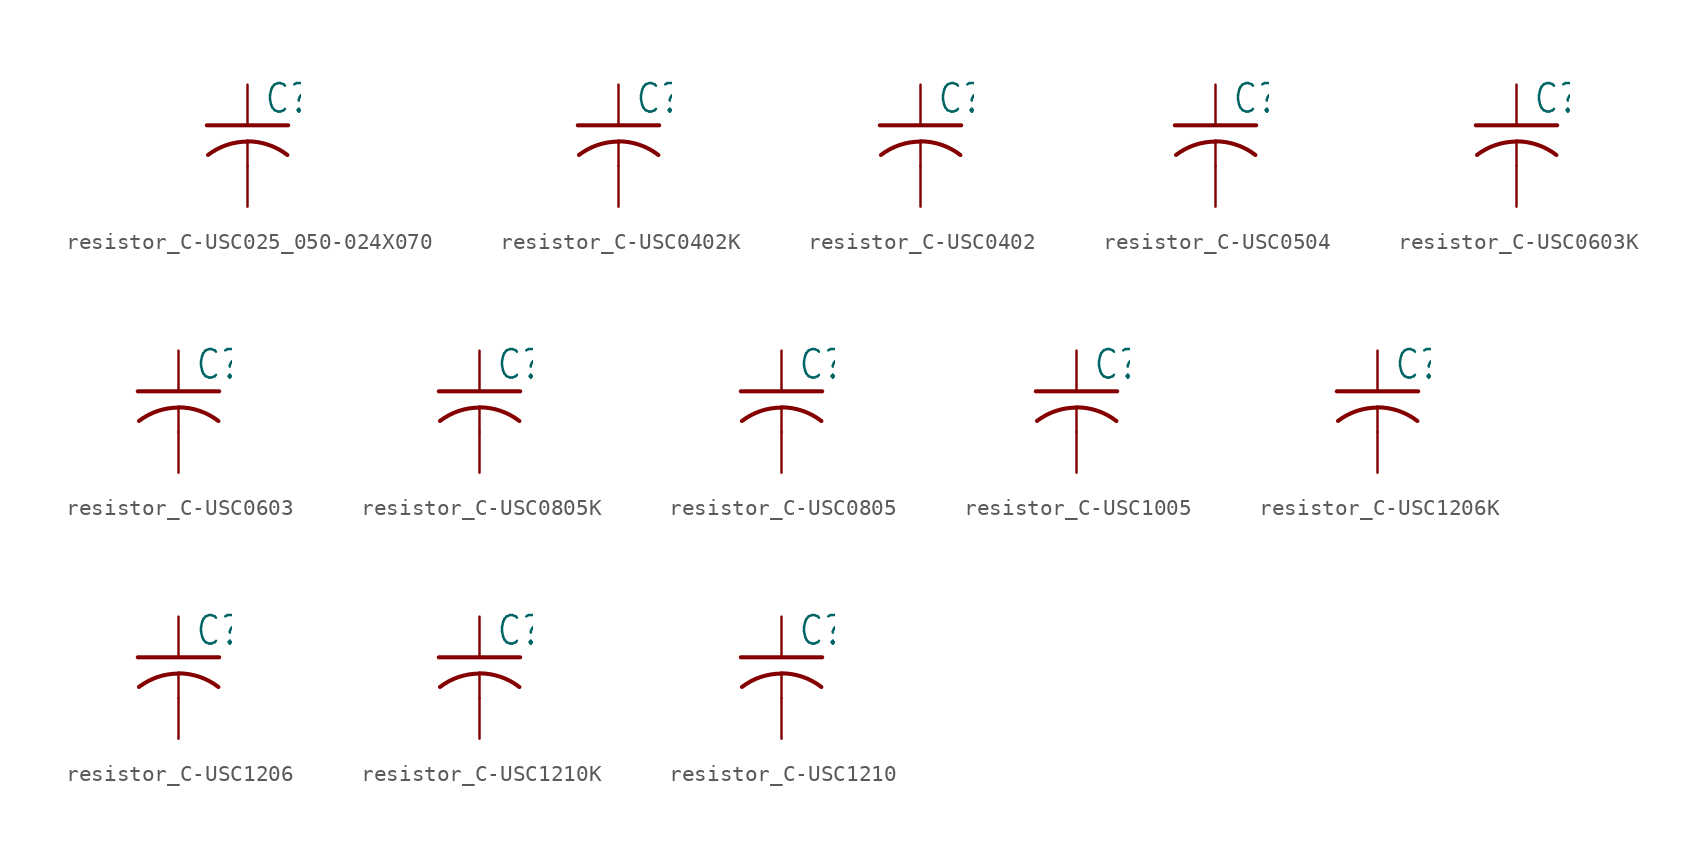
<source format=kicad_sym>
(kicad_symbol_lib
  (version 20231120)
  (generator "kicad_symbol_editor")
  (generator_version "8.0")
  (symbol "resistor_C-USC025_050-024X070"
    (property "Reference" "C"
      (at 1.016 0.635 0)
      (effects (font (size 1.778 1.511)) (justify left bottom)))
    (property "Value" ""
      (at 1.016 -4.191 0)
      (effects (font (size 1.778 1.511)) (justify left bottom)))
    (property "ki_locked" ""
      (at 0 0 0)
      (effects (font (size 1.27 1.27))))
    (symbol "resistor_C-USC025_050-024X070_1_0"
      (arc (start 0 -1.0161) (mid -1.302 -1.2303) (end -2.4668 -1.8504) (stroke (width 0.254) (type solid)) (fill (type none)))
      (polyline (pts (xy -2.54 0) (xy 2.54 0)) (stroke (width 0.254) (type solid)) (fill (type none)))
      (polyline (pts (xy 0 -1.016) (xy 0 -2.54)) (stroke (width 0.152) (type solid)) (fill (type none)))
      (arc (start 2.4892 -1.8541) (mid 1.3158 -1.2194) (end 0 -1) (stroke (width 0.254) (type solid)) (fill (type none)))
      (pin passive line (at 0 2.54 270) (length 2.54) (name "1" (effects (font (size 0 0)))) (number "1" (effects (font (size 0 0)))))
      (pin passive line (at 0 -5.08 90) (length 2.54) (name "2" (effects (font (size 0 0)))) (number "2" (effects (font (size 0 0)))))))
  (symbol "resistor_C-USC0402K"
    (property "Reference" "C"
      (at 1.016 0.635 0)
      (effects (font (size 1.778 1.511)) (justify left bottom)))
    (property "Value" ""
      (at 1.016 -4.191 0)
      (effects (font (size 1.778 1.511)) (justify left bottom)))
    (property "ki_locked" ""
      (at 0 0 0)
      (effects (font (size 1.27 1.27))))
    (symbol "resistor_C-USC0402K_1_0"
      (arc (start 0 -1.0161) (mid -1.302 -1.2303) (end -2.4668 -1.8504) (stroke (width 0.254) (type solid)) (fill (type none)))
      (polyline (pts (xy -2.54 0) (xy 2.54 0)) (stroke (width 0.254) (type solid)) (fill (type none)))
      (polyline (pts (xy 0 -1.016) (xy 0 -2.54)) (stroke (width 0.152) (type solid)) (fill (type none)))
      (arc (start 2.4892 -1.8541) (mid 1.3158 -1.2194) (end 0 -1) (stroke (width 0.254) (type solid)) (fill (type none)))
      (pin passive line (at 0 2.54 270) (length 2.54) (name "1" (effects (font (size 0 0)))) (number "1" (effects (font (size 0 0)))))
      (pin passive line (at 0 -5.08 90) (length 2.54) (name "2" (effects (font (size 0 0)))) (number "2" (effects (font (size 0 0)))))))
  (symbol "resistor_C-USC0402"
    (property "Reference" "C"
      (at 1.016 0.635 0)
      (effects (font (size 1.778 1.511)) (justify left bottom)))
    (property "Value" ""
      (at 1.016 -4.191 0)
      (effects (font (size 1.778 1.511)) (justify left bottom)))
    (property "ki_locked" ""
      (at 0 0 0)
      (effects (font (size 1.27 1.27))))
    (symbol "resistor_C-USC0402_1_0"
      (arc (start 0 -1.0161) (mid -1.302 -1.2303) (end -2.4668 -1.8504) (stroke (width 0.254) (type solid)) (fill (type none)))
      (polyline (pts (xy -2.54 0) (xy 2.54 0)) (stroke (width 0.254) (type solid)) (fill (type none)))
      (polyline (pts (xy 0 -1.016) (xy 0 -2.54)) (stroke (width 0.152) (type solid)) (fill (type none)))
      (arc (start 2.4892 -1.8541) (mid 1.3158 -1.2194) (end 0 -1) (stroke (width 0.254) (type solid)) (fill (type none)))
      (pin passive line (at 0 2.54 270) (length 2.54) (name "1" (effects (font (size 0 0)))) (number "1" (effects (font (size 0 0)))))
      (pin passive line (at 0 -5.08 90) (length 2.54) (name "2" (effects (font (size 0 0)))) (number "2" (effects (font (size 0 0)))))))
  (symbol "resistor_C-USC0504"
    (property "Reference" "C"
      (at 1.016 0.635 0)
      (effects (font (size 1.778 1.511)) (justify left bottom)))
    (property "Value" ""
      (at 1.016 -4.191 0)
      (effects (font (size 1.778 1.511)) (justify left bottom)))
    (property "ki_locked" ""
      (at 0 0 0)
      (effects (font (size 1.27 1.27))))
    (symbol "resistor_C-USC0504_1_0"
      (arc (start 0 -1.0161) (mid -1.302 -1.2303) (end -2.4668 -1.8504) (stroke (width 0.254) (type solid)) (fill (type none)))
      (polyline (pts (xy -2.54 0) (xy 2.54 0)) (stroke (width 0.254) (type solid)) (fill (type none)))
      (polyline (pts (xy 0 -1.016) (xy 0 -2.54)) (stroke (width 0.152) (type solid)) (fill (type none)))
      (arc (start 2.4892 -1.8541) (mid 1.3158 -1.2194) (end 0 -1) (stroke (width 0.254) (type solid)) (fill (type none)))
      (pin passive line (at 0 2.54 270) (length 2.54) (name "1" (effects (font (size 0 0)))) (number "1" (effects (font (size 0 0)))))
      (pin passive line (at 0 -5.08 90) (length 2.54) (name "2" (effects (font (size 0 0)))) (number "2" (effects (font (size 0 0)))))))
  (symbol "resistor_C-USC0603K"
    (property "Reference" "C"
      (at 1.016 0.635 0)
      (effects (font (size 1.778 1.511)) (justify left bottom)))
    (property "Value" ""
      (at 1.016 -4.191 0)
      (effects (font (size 1.778 1.511)) (justify left bottom)))
    (property "ki_locked" ""
      (at 0 0 0)
      (effects (font (size 1.27 1.27))))
    (symbol "resistor_C-USC0603K_1_0"
      (arc (start 0 -1.0161) (mid -1.302 -1.2303) (end -2.4668 -1.8504) (stroke (width 0.254) (type solid)) (fill (type none)))
      (polyline (pts (xy -2.54 0) (xy 2.54 0)) (stroke (width 0.254) (type solid)) (fill (type none)))
      (polyline (pts (xy 0 -1.016) (xy 0 -2.54)) (stroke (width 0.152) (type solid)) (fill (type none)))
      (arc (start 2.4892 -1.8541) (mid 1.3158 -1.2194) (end 0 -1) (stroke (width 0.254) (type solid)) (fill (type none)))
      (pin passive line (at 0 2.54 270) (length 2.54) (name "1" (effects (font (size 0 0)))) (number "1" (effects (font (size 0 0)))))
      (pin passive line (at 0 -5.08 90) (length 2.54) (name "2" (effects (font (size 0 0)))) (number "2" (effects (font (size 0 0)))))))
  (symbol "resistor_C-USC0603"
    (property "Reference" "C"
      (at 1.016 0.635 0)
      (effects (font (size 1.778 1.511)) (justify left bottom)))
    (property "Value" ""
      (at 1.016 -4.191 0)
      (effects (font (size 1.778 1.511)) (justify left bottom)))
    (property "ki_locked" ""
      (at 0 0 0)
      (effects (font (size 1.27 1.27))))
    (symbol "resistor_C-USC0603_1_0"
      (arc (start 0 -1.0161) (mid -1.302 -1.2303) (end -2.4668 -1.8504) (stroke (width 0.254) (type solid)) (fill (type none)))
      (polyline (pts (xy -2.54 0) (xy 2.54 0)) (stroke (width 0.254) (type solid)) (fill (type none)))
      (polyline (pts (xy 0 -1.016) (xy 0 -2.54)) (stroke (width 0.152) (type solid)) (fill (type none)))
      (arc (start 2.4892 -1.8541) (mid 1.3158 -1.2194) (end 0 -1) (stroke (width 0.254) (type solid)) (fill (type none)))
      (pin passive line (at 0 2.54 270) (length 2.54) (name "1" (effects (font (size 0 0)))) (number "1" (effects (font (size 0 0)))))
      (pin passive line (at 0 -5.08 90) (length 2.54) (name "2" (effects (font (size 0 0)))) (number "2" (effects (font (size 0 0)))))))
  (symbol "resistor_C-USC0805K"
    (property "Reference" "C"
      (at 1.016 0.635 0)
      (effects (font (size 1.778 1.511)) (justify left bottom)))
    (property "Value" ""
      (at 1.016 -4.191 0)
      (effects (font (size 1.778 1.511)) (justify left bottom)))
    (property "ki_locked" ""
      (at 0 0 0)
      (effects (font (size 1.27 1.27))))
    (symbol "resistor_C-USC0805K_1_0"
      (arc (start 0 -1.0161) (mid -1.302 -1.2303) (end -2.4668 -1.8504) (stroke (width 0.254) (type solid)) (fill (type none)))
      (polyline (pts (xy -2.54 0) (xy 2.54 0)) (stroke (width 0.254) (type solid)) (fill (type none)))
      (polyline (pts (xy 0 -1.016) (xy 0 -2.54)) (stroke (width 0.152) (type solid)) (fill (type none)))
      (arc (start 2.4892 -1.8541) (mid 1.3158 -1.2194) (end 0 -1) (stroke (width 0.254) (type solid)) (fill (type none)))
      (pin passive line (at 0 2.54 270) (length 2.54) (name "1" (effects (font (size 0 0)))) (number "1" (effects (font (size 0 0)))))
      (pin passive line (at 0 -5.08 90) (length 2.54) (name "2" (effects (font (size 0 0)))) (number "2" (effects (font (size 0 0)))))))
  (symbol "resistor_C-USC0805"
    (property "Reference" "C"
      (at 1.016 0.635 0)
      (effects (font (size 1.778 1.511)) (justify left bottom)))
    (property "Value" ""
      (at 1.016 -4.191 0)
      (effects (font (size 1.778 1.511)) (justify left bottom)))
    (property "ki_locked" ""
      (at 0 0 0)
      (effects (font (size 1.27 1.27))))
    (symbol "resistor_C-USC0805_1_0"
      (arc (start 0 -1.0161) (mid -1.302 -1.2303) (end -2.4668 -1.8504) (stroke (width 0.254) (type solid)) (fill (type none)))
      (polyline (pts (xy -2.54 0) (xy 2.54 0)) (stroke (width 0.254) (type solid)) (fill (type none)))
      (polyline (pts (xy 0 -1.016) (xy 0 -2.54)) (stroke (width 0.152) (type solid)) (fill (type none)))
      (arc (start 2.4892 -1.8541) (mid 1.3158 -1.2194) (end 0 -1) (stroke (width 0.254) (type solid)) (fill (type none)))
      (pin passive line (at 0 2.54 270) (length 2.54) (name "1" (effects (font (size 0 0)))) (number "1" (effects (font (size 0 0)))))
      (pin passive line (at 0 -5.08 90) (length 2.54) (name "2" (effects (font (size 0 0)))) (number "2" (effects (font (size 0 0)))))))
  (symbol "resistor_C-USC1005"
    (property "Reference" "C"
      (at 1.016 0.635 0)
      (effects (font (size 1.778 1.511)) (justify left bottom)))
    (property "Value" ""
      (at 1.016 -4.191 0)
      (effects (font (size 1.778 1.511)) (justify left bottom)))
    (property "ki_locked" ""
      (at 0 0 0)
      (effects (font (size 1.27 1.27))))
    (symbol "resistor_C-USC1005_1_0"
      (arc (start 0 -1.0161) (mid -1.302 -1.2303) (end -2.4668 -1.8504) (stroke (width 0.254) (type solid)) (fill (type none)))
      (polyline (pts (xy -2.54 0) (xy 2.54 0)) (stroke (width 0.254) (type solid)) (fill (type none)))
      (polyline (pts (xy 0 -1.016) (xy 0 -2.54)) (stroke (width 0.152) (type solid)) (fill (type none)))
      (arc (start 2.4892 -1.8541) (mid 1.3158 -1.2194) (end 0 -1) (stroke (width 0.254) (type solid)) (fill (type none)))
      (pin passive line (at 0 2.54 270) (length 2.54) (name "1" (effects (font (size 0 0)))) (number "1" (effects (font (size 0 0)))))
      (pin passive line (at 0 -5.08 90) (length 2.54) (name "2" (effects (font (size 0 0)))) (number "2" (effects (font (size 0 0)))))))
  (symbol "resistor_C-USC1206K"
    (property "Reference" "C"
      (at 1.016 0.635 0)
      (effects (font (size 1.778 1.511)) (justify left bottom)))
    (property "Value" ""
      (at 1.016 -4.191 0)
      (effects (font (size 1.778 1.511)) (justify left bottom)))
    (property "ki_locked" ""
      (at 0 0 0)
      (effects (font (size 1.27 1.27))))
    (symbol "resistor_C-USC1206K_1_0"
      (arc (start 0 -1.0161) (mid -1.302 -1.2303) (end -2.4668 -1.8504) (stroke (width 0.254) (type solid)) (fill (type none)))
      (polyline (pts (xy -2.54 0) (xy 2.54 0)) (stroke (width 0.254) (type solid)) (fill (type none)))
      (polyline (pts (xy 0 -1.016) (xy 0 -2.54)) (stroke (width 0.152) (type solid)) (fill (type none)))
      (arc (start 2.4892 -1.8541) (mid 1.3158 -1.2194) (end 0 -1) (stroke (width 0.254) (type solid)) (fill (type none)))
      (pin passive line (at 0 2.54 270) (length 2.54) (name "1" (effects (font (size 0 0)))) (number "1" (effects (font (size 0 0)))))
      (pin passive line (at 0 -5.08 90) (length 2.54) (name "2" (effects (font (size 0 0)))) (number "2" (effects (font (size 0 0)))))))
  (symbol "resistor_C-USC1206"
    (property "Reference" "C"
      (at 1.016 0.635 0)
      (effects (font (size 1.778 1.511)) (justify left bottom)))
    (property "Value" ""
      (at 1.016 -4.191 0)
      (effects (font (size 1.778 1.511)) (justify left bottom)))
    (property "ki_locked" ""
      (at 0 0 0)
      (effects (font (size 1.27 1.27))))
    (symbol "resistor_C-USC1206_1_0"
      (arc (start 0 -1.0161) (mid -1.302 -1.2303) (end -2.4668 -1.8504) (stroke (width 0.254) (type solid)) (fill (type none)))
      (polyline (pts (xy -2.54 0) (xy 2.54 0)) (stroke (width 0.254) (type solid)) (fill (type none)))
      (polyline (pts (xy 0 -1.016) (xy 0 -2.54)) (stroke (width 0.152) (type solid)) (fill (type none)))
      (arc (start 2.4892 -1.8541) (mid 1.3158 -1.2194) (end 0 -1) (stroke (width 0.254) (type solid)) (fill (type none)))
      (pin passive line (at 0 2.54 270) (length 2.54) (name "1" (effects (font (size 0 0)))) (number "1" (effects (font (size 0 0)))))
      (pin passive line (at 0 -5.08 90) (length 2.54) (name "2" (effects (font (size 0 0)))) (number "2" (effects (font (size 0 0)))))))
  (symbol "resistor_C-USC1210K"
    (property "Reference" "C"
      (at 1.016 0.635 0)
      (effects (font (size 1.778 1.511)) (justify left bottom)))
    (property "Value" ""
      (at 1.016 -4.191 0)
      (effects (font (size 1.778 1.511)) (justify left bottom)))
    (property "ki_locked" ""
      (at 0 0 0)
      (effects (font (size 1.27 1.27))))
    (symbol "resistor_C-USC1210K_1_0"
      (arc (start 0 -1.0161) (mid -1.302 -1.2303) (end -2.4668 -1.8504) (stroke (width 0.254) (type solid)) (fill (type none)))
      (polyline (pts (xy -2.54 0) (xy 2.54 0)) (stroke (width 0.254) (type solid)) (fill (type none)))
      (polyline (pts (xy 0 -1.016) (xy 0 -2.54)) (stroke (width 0.152) (type solid)) (fill (type none)))
      (arc (start 2.4892 -1.8541) (mid 1.3158 -1.2194) (end 0 -1) (stroke (width 0.254) (type solid)) (fill (type none)))
      (pin passive line (at 0 2.54 270) (length 2.54) (name "1" (effects (font (size 0 0)))) (number "1" (effects (font (size 0 0)))))
      (pin passive line (at 0 -5.08 90) (length 2.54) (name "2" (effects (font (size 0 0)))) (number "2" (effects (font (size 0 0)))))))
  (symbol "resistor_C-USC1210"
    (property "Reference" "C"
      (at 1.016 0.635 0)
      (effects (font (size 1.778 1.511)) (justify left bottom)))
    (property "Value" ""
      (at 1.016 -4.191 0)
      (effects (font (size 1.778 1.511)) (justify left bottom)))
    (property "ki_locked" ""
      (at 0 0 0)
      (effects (font (size 1.27 1.27))))
    (symbol "resistor_C-USC1210_1_0"
      (arc (start 0 -1.0161) (mid -1.302 -1.2303) (end -2.4668 -1.8504) (stroke (width 0.254) (type solid)) (fill (type none)))
      (polyline (pts (xy -2.54 0) (xy 2.54 0)) (stroke (width 0.254) (type solid)) (fill (type none)))
      (polyline (pts (xy 0 -1.016) (xy 0 -2.54)) (stroke (width 0.152) (type solid)) (fill (type none)))
      (arc (start 2.4892 -1.8541) (mid 1.3158 -1.2194) (end 0 -1) (stroke (width 0.254) (type solid)) (fill (type none)))
      (pin passive line (at 0 2.54 270) (length 2.54) (name "1" (effects (font (size 0 0)))) (number "1" (effects (font (size 0 0)))))
      (pin passive line (at 0 -5.08 90) (length 2.54) (name "2" (effects (font (size 0 0)))) (number "2" (effects (font (size 0 0))))))))
</source>
